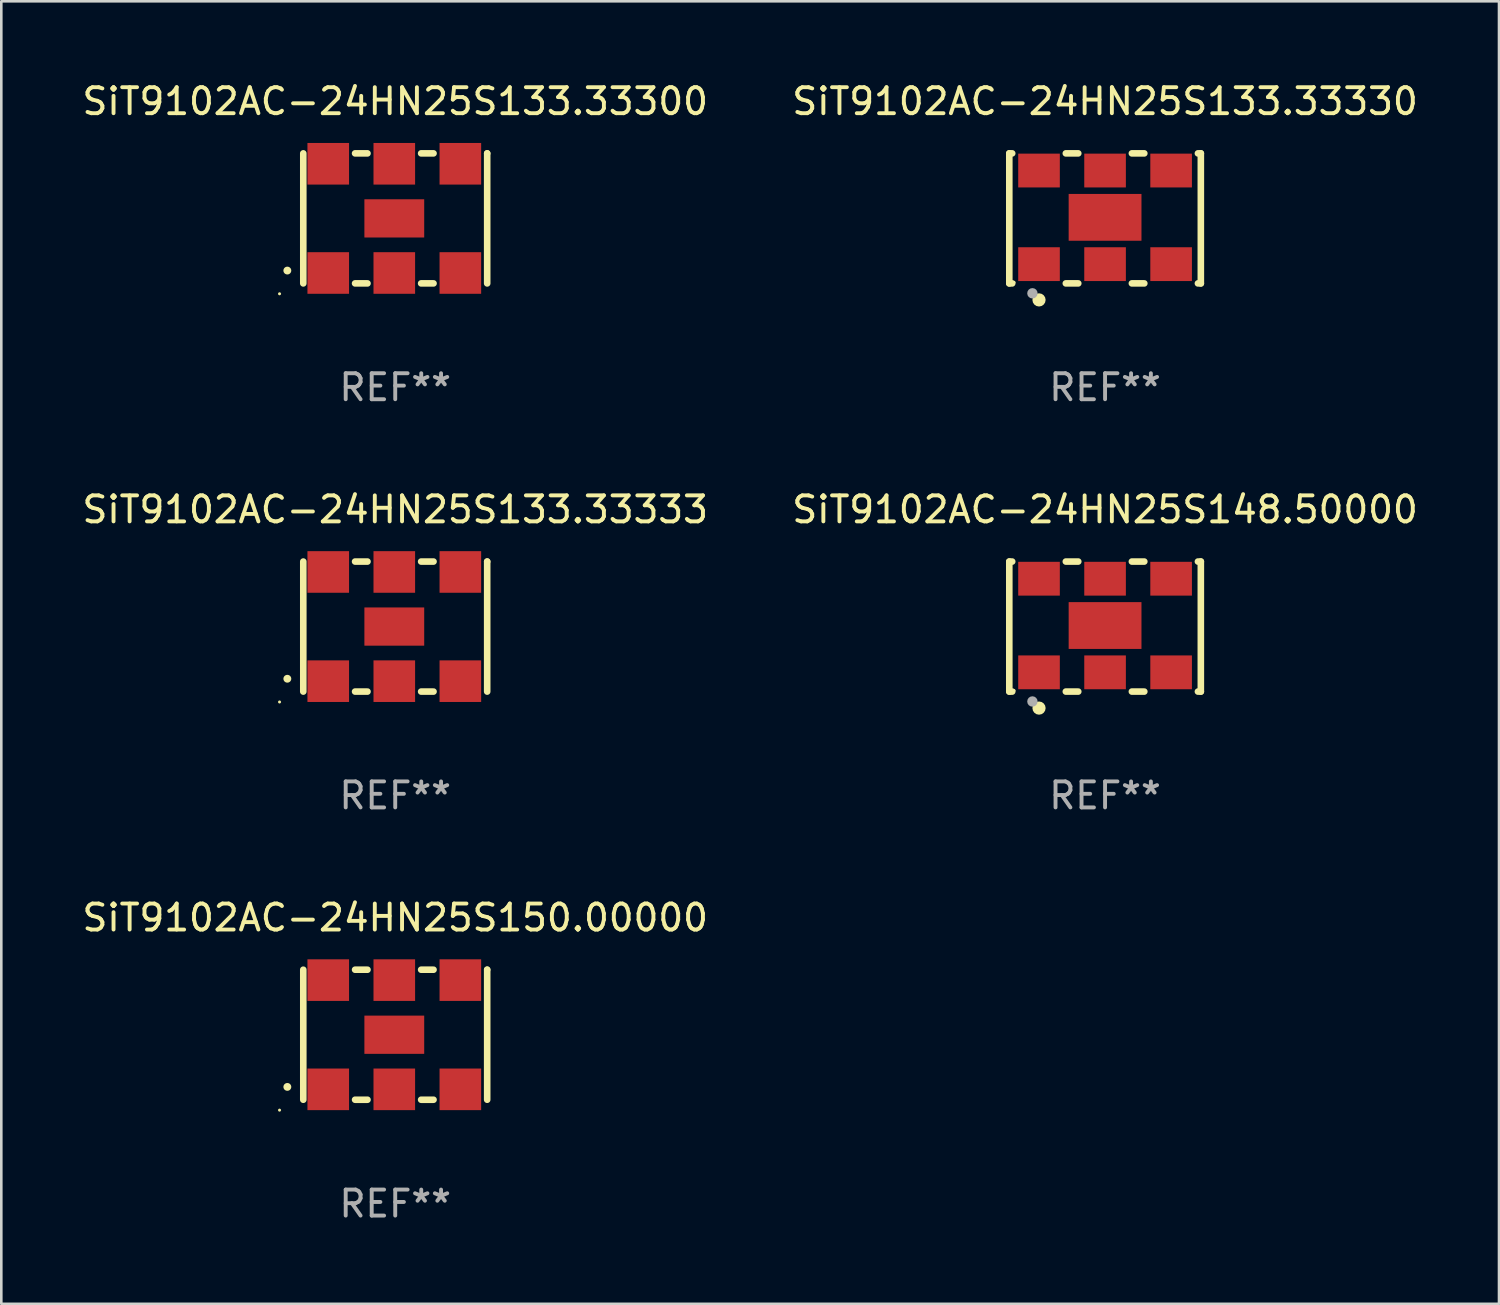
<source format=kicad_pcb>
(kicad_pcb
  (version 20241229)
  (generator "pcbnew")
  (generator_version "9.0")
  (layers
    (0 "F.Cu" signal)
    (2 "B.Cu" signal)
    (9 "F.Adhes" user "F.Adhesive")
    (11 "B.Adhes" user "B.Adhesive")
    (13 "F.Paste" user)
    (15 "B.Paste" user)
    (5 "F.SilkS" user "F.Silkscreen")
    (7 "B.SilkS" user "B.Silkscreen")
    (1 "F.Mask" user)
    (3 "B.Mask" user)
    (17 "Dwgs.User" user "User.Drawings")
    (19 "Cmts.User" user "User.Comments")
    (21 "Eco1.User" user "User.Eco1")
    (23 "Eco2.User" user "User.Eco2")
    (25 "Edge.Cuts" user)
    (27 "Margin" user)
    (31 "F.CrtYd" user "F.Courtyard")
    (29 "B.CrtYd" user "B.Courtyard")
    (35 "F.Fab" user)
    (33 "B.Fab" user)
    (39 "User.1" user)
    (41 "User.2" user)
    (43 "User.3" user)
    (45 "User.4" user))
  (footprint "SiT9102AC-24HN25S148.50000"
    (layer "F.Cu")
    (at 39.446 21.045)
    (property "Reference" "SiT9102AC-24HN25S148.50000" (at 0 -4.5 0) (layer "F.SilkS") (effects (font (size 1 1) (thickness 0.15))))
    (attr through_hole)
    (fp_line (start -3.683 -2.5) (end -3.571 -2.5) (stroke (width 0.254) (type solid)) (layer "F.SilkS"))
    (fp_line (start -3.683 2.5) (end -3.683 -2.5) (stroke (width 0.254) (type solid)) (layer "F.SilkS"))
    (fp_line (start -3.683 2.5) (end -3.571 2.5) (stroke (width 0.254) (type solid)) (layer "F.SilkS"))
    (fp_line (start -1.509 -2.5) (end -1.031 -2.5) (stroke (width 0.254) (type solid)) (layer "F.SilkS"))
    (fp_line (start -1.509 2.5) (end -1.031 2.5) (stroke (width 0.254) (type solid)) (layer "F.SilkS"))
    (fp_line (start 1.031 -2.5) (end 1.509 -2.5) (stroke (width 0.254) (type solid)) (layer "F.SilkS"))
    (fp_line (start 1.031 2.5) (end 1.509 2.5) (stroke (width 0.254) (type solid)) (layer "F.SilkS"))
    (fp_line (start 3.571 -2.5) (end 3.683 -2.5) (stroke (width 0.254) (type solid)) (layer "F.SilkS"))
    (fp_line (start 3.571 2.5) (end 3.683 2.5) (stroke (width 0.254) (type solid)) (layer "F.SilkS"))
    (fp_line (start 3.683 2.5) (end 3.683 -2.5) (stroke (width 0.254) (type solid)) (layer "F.SilkS"))
    (fp_circle (center -3.5 2.46) (end -3.47 2.46) (stroke (width 0.06) (type solid)) (fill no) (layer "F.SilkS"))
    (fp_circle (center -2.54 3.135) (end -2.413 3.135) (stroke (width 0.254) (type solid)) (fill no) (layer "F.SilkS"))
    (fp_circle (center -2.794 2.881) (end -2.694 2.881) (stroke (width 0.2) (type solid)) (fill no) (layer "F.Fab"))
    (fp_text user "REF**" (at 0 6.5 0) (layer "F.Fab") (effects (font (size 1 1) (thickness 0.15))))
    (pad "1" smd rect (at -2.54 1.76) (size 1.6 1.3) (layers "F.Cu" "F.Mask" "F.Paste"))
    (pad "2" smd rect (at 0 1.76) (size 1.6 1.3) (layers "F.Cu" "F.Mask" "F.Paste"))
    (pad "3" smd rect (at 2.54 1.76) (size 1.6 1.3) (layers "F.Cu" "F.Mask" "F.Paste"))
    (pad "4" smd rect (at 2.54 -1.84) (size 1.6 1.3) (layers "F.Cu" "F.Mask" "F.Paste"))
    (pad "5" smd rect (at 0 -1.84) (size 1.6 1.3) (layers "F.Cu" "F.Mask" "F.Paste"))
    (pad "6" smd rect (at -2.54 -1.84) (size 1.6 1.3) (layers "F.Cu" "F.Mask" "F.Paste"))
    (pad "7" smd rect (at 0 -0.04) (size 2.8 1.8) (layers "F.Cu" "F.Mask" "F.Paste")))
  (footprint "SiT9102AC-24HN25S150.00000"
    (layer "F.Cu")
    (at 12.149 36.741)
    (property "Reference" "SiT9102AC-24HN25S150.00000" (at 0 -4.5 0) (layer "F.SilkS") (effects (font (size 1 1) (thickness 0.15))))
    (attr through_hole)
    (fp_line (start -3.536 -2.5) (end -3.536 2.5) (stroke (width 0.254) (type solid)) (layer "F.SilkS"))
    (fp_line (start -1.544 2.5) (end -1.067 2.5) (stroke (width 0.254) (type solid)) (layer "F.SilkS"))
    (fp_line (start -1.067 -2.5) (end -1.544 -2.5) (stroke (width 0.254) (type solid)) (layer "F.SilkS"))
    (fp_line (start 0.996 2.5) (end 1.473 2.5) (stroke (width 0.254) (type solid)) (layer "F.SilkS"))
    (fp_line (start 1.473 -2.5) (end 0.996 -2.5) (stroke (width 0.254) (type solid)) (layer "F.SilkS"))
    (fp_line (start 3.536 -2.5) (end 3.536 -2.5) (stroke (width 0.254) (type solid)) (layer "F.SilkS"))
    (fp_line (start 3.536 2.5) (end 3.536 -2.5) (stroke (width 0.254) (type solid)) (layer "F.SilkS"))
    (fp_arc (start -4.150432 2.006604) (mid -4.149162 2.006599) (end -4.147892 2.006604) (stroke (width 0.3) (type solid)) (layer "F.SilkS"))
    (fp_circle (center -4.449 2.9) (end -4.419 2.9) (stroke (width 0.06) (type solid)) (fill no) (layer "F.SilkS"))
    (fp_text user "REF**" (at 0 6.5 0) (layer "F.Fab") (effects (font (size 1 1) (thickness 0.15))))
    (pad "1" smd rect (at -2.576 2.1) (size 1.6 1.6) (layers "F.Cu" "F.Mask" "F.Paste"))
    (pad "2" smd rect (at -0.036 2.1) (size 1.6 1.6) (layers "F.Cu" "F.Mask" "F.Paste"))
    (pad "3" smd rect (at 2.504 2.1) (size 1.6 1.6) (layers "F.Cu" "F.Mask" "F.Paste"))
    (pad "4" smd rect (at 2.504 -2.1) (size 1.6 1.6) (layers "F.Cu" "F.Mask" "F.Paste"))
    (pad "5" smd rect (at -0.036 -2.1) (size 1.6 1.6) (layers "F.Cu" "F.Mask" "F.Paste"))
    (pad "6" smd rect (at -2.576 -2.1) (size 1.6 1.6) (layers "F.Cu" "F.Mask" "F.Paste"))
    (pad "7" smd rect (at -0.036 0) (size 2.3 1.47) (layers "F.Cu" "F.Mask" "F.Paste")))
  (footprint "SiT9102AC-24HN25S133.33333"
    (layer "F.Cu")
    (at 12.149 21.045)
    (property "Reference" "SiT9102AC-24HN25S133.33333" (at 0 -4.5 0) (layer "F.SilkS") (effects (font (size 1 1) (thickness 0.15))))
    (attr through_hole)
    (fp_line (start -3.536 -2.5) (end -3.536 2.5) (stroke (width 0.254) (type solid)) (layer "F.SilkS"))
    (fp_line (start -1.544 2.5) (end -1.067 2.5) (stroke (width 0.254) (type solid)) (layer "F.SilkS"))
    (fp_line (start -1.067 -2.5) (end -1.544 -2.5) (stroke (width 0.254) (type solid)) (layer "F.SilkS"))
    (fp_line (start 0.996 2.5) (end 1.473 2.5) (stroke (width 0.254) (type solid)) (layer "F.SilkS"))
    (fp_line (start 1.473 -2.5) (end 0.996 -2.5) (stroke (width 0.254) (type solid)) (layer "F.SilkS"))
    (fp_line (start 3.536 -2.5) (end 3.536 -2.5) (stroke (width 0.254) (type solid)) (layer "F.SilkS"))
    (fp_line (start 3.536 2.5) (end 3.536 -2.5) (stroke (width 0.254) (type solid)) (layer "F.SilkS"))
    (fp_arc (start -4.150432 2.006604) (mid -4.149162 2.006599) (end -4.147892 2.006604) (stroke (width 0.3) (type solid)) (layer "F.SilkS"))
    (fp_circle (center -4.449 2.9) (end -4.419 2.9) (stroke (width 0.06) (type solid)) (fill no) (layer "F.SilkS"))
    (fp_text user "REF**" (at 0 6.5 0) (layer "F.Fab") (effects (font (size 1 1) (thickness 0.15))))
    (pad "1" smd rect (at -2.576 2.1) (size 1.6 1.6) (layers "F.Cu" "F.Mask" "F.Paste"))
    (pad "2" smd rect (at -0.036 2.1) (size 1.6 1.6) (layers "F.Cu" "F.Mask" "F.Paste"))
    (pad "3" smd rect (at 2.504 2.1) (size 1.6 1.6) (layers "F.Cu" "F.Mask" "F.Paste"))
    (pad "4" smd rect (at 2.504 -2.1) (size 1.6 1.6) (layers "F.Cu" "F.Mask" "F.Paste"))
    (pad "5" smd rect (at -0.036 -2.1) (size 1.6 1.6) (layers "F.Cu" "F.Mask" "F.Paste"))
    (pad "6" smd rect (at -2.576 -2.1) (size 1.6 1.6) (layers "F.Cu" "F.Mask" "F.Paste"))
    (pad "7" smd rect (at -0.036 0) (size 2.3 1.47) (layers "F.Cu" "F.Mask" "F.Paste")))
  (footprint "SiT9102AC-24HN25S133.33300"
    (layer "F.Cu")
    (at 12.149 5.348)
    (property "Reference" "SiT9102AC-24HN25S133.33300" (at 0 -4.5 0) (layer "F.SilkS") (effects (font (size 1 1) (thickness 0.15))))
    (attr through_hole)
    (fp_line (start -3.536 -2.5) (end -3.536 2.5) (stroke (width 0.254) (type solid)) (layer "F.SilkS"))
    (fp_line (start -1.544 2.5) (end -1.067 2.5) (stroke (width 0.254) (type solid)) (layer "F.SilkS"))
    (fp_line (start -1.067 -2.5) (end -1.544 -2.5) (stroke (width 0.254) (type solid)) (layer "F.SilkS"))
    (fp_line (start 0.996 2.5) (end 1.473 2.5) (stroke (width 0.254) (type solid)) (layer "F.SilkS"))
    (fp_line (start 1.473 -2.5) (end 0.996 -2.5) (stroke (width 0.254) (type solid)) (layer "F.SilkS"))
    (fp_line (start 3.536 -2.5) (end 3.536 -2.5) (stroke (width 0.254) (type solid)) (layer "F.SilkS"))
    (fp_line (start 3.536 2.5) (end 3.536 -2.5) (stroke (width 0.254) (type solid)) (layer "F.SilkS"))
    (fp_arc (start -4.150432 2.006604) (mid -4.149162 2.006599) (end -4.147892 2.006604) (stroke (width 0.3) (type solid)) (layer "F.SilkS"))
    (fp_circle (center -4.449 2.9) (end -4.419 2.9) (stroke (width 0.06) (type solid)) (fill no) (layer "F.SilkS"))
    (fp_text user "REF**" (at 0 6.5 0) (layer "F.Fab") (effects (font (size 1 1) (thickness 0.15))))
    (pad "1" smd rect (at -2.576 2.1) (size 1.6 1.6) (layers "F.Cu" "F.Mask" "F.Paste"))
    (pad "2" smd rect (at -0.036 2.1) (size 1.6 1.6) (layers "F.Cu" "F.Mask" "F.Paste"))
    (pad "3" smd rect (at 2.504 2.1) (size 1.6 1.6) (layers "F.Cu" "F.Mask" "F.Paste"))
    (pad "4" smd rect (at 2.504 -2.1) (size 1.6 1.6) (layers "F.Cu" "F.Mask" "F.Paste"))
    (pad "5" smd rect (at -0.036 -2.1) (size 1.6 1.6) (layers "F.Cu" "F.Mask" "F.Paste"))
    (pad "6" smd rect (at -2.576 -2.1) (size 1.6 1.6) (layers "F.Cu" "F.Mask" "F.Paste"))
    (pad "7" smd rect (at -0.036 0) (size 2.3 1.47) (layers "F.Cu" "F.Mask" "F.Paste")))
  (footprint "SiT9102AC-24HN25S133.33330"
    (layer "F.Cu")
    (at 39.446 5.348)
    (property "Reference" "SiT9102AC-24HN25S133.33330" (at 0 -4.5 0) (layer "F.SilkS") (effects (font (size 1 1) (thickness 0.15))))
    (attr through_hole)
    (fp_line (start -3.683 -2.5) (end -3.571 -2.5) (stroke (width 0.254) (type solid)) (layer "F.SilkS"))
    (fp_line (start -3.683 2.5) (end -3.683 -2.5) (stroke (width 0.254) (type solid)) (layer "F.SilkS"))
    (fp_line (start -3.683 2.5) (end -3.571 2.5) (stroke (width 0.254) (type solid)) (layer "F.SilkS"))
    (fp_line (start -1.509 -2.5) (end -1.031 -2.5) (stroke (width 0.254) (type solid)) (layer "F.SilkS"))
    (fp_line (start -1.509 2.5) (end -1.031 2.5) (stroke (width 0.254) (type solid)) (layer "F.SilkS"))
    (fp_line (start 1.031 -2.5) (end 1.509 -2.5) (stroke (width 0.254) (type solid)) (layer "F.SilkS"))
    (fp_line (start 1.031 2.5) (end 1.509 2.5) (stroke (width 0.254) (type solid)) (layer "F.SilkS"))
    (fp_line (start 3.571 -2.5) (end 3.683 -2.5) (stroke (width 0.254) (type solid)) (layer "F.SilkS"))
    (fp_line (start 3.571 2.5) (end 3.683 2.5) (stroke (width 0.254) (type solid)) (layer "F.SilkS"))
    (fp_line (start 3.683 2.5) (end 3.683 -2.5) (stroke (width 0.254) (type solid)) (layer "F.SilkS"))
    (fp_circle (center -3.5 2.46) (end -3.47 2.46) (stroke (width 0.06) (type solid)) (fill no) (layer "F.SilkS"))
    (fp_circle (center -2.54 3.135) (end -2.413 3.135) (stroke (width 0.254) (type solid)) (fill no) (layer "F.SilkS"))
    (fp_circle (center -2.794 2.881) (end -2.694 2.881) (stroke (width 0.2) (type solid)) (fill no) (layer "F.Fab"))
    (fp_text user "REF**" (at 0 6.5 0) (layer "F.Fab") (effects (font (size 1 1) (thickness 0.15))))
    (pad "1" smd rect (at -2.54 1.76) (size 1.6 1.3) (layers "F.Cu" "F.Mask" "F.Paste"))
    (pad "2" smd rect (at 0 1.76) (size 1.6 1.3) (layers "F.Cu" "F.Mask" "F.Paste"))
    (pad "3" smd rect (at 2.54 1.76) (size 1.6 1.3) (layers "F.Cu" "F.Mask" "F.Paste"))
    (pad "4" smd rect (at 2.54 -1.84) (size 1.6 1.3) (layers "F.Cu" "F.Mask" "F.Paste"))
    (pad "5" smd rect (at 0 -1.84) (size 1.6 1.3) (layers "F.Cu" "F.Mask" "F.Paste"))
    (pad "6" smd rect (at -2.54 -1.84) (size 1.6 1.3) (layers "F.Cu" "F.Mask" "F.Paste"))
    (pad "7" smd rect (at 0 -0.04) (size 2.8 1.8) (layers "F.Cu" "F.Mask" "F.Paste")))
  (gr_rect
    (start -3 -3)
    (end 54.595 47.09)
    (stroke (width 0.1) (type default))
    (fill no)
    (layer "Edge.Cuts")))
</source>
